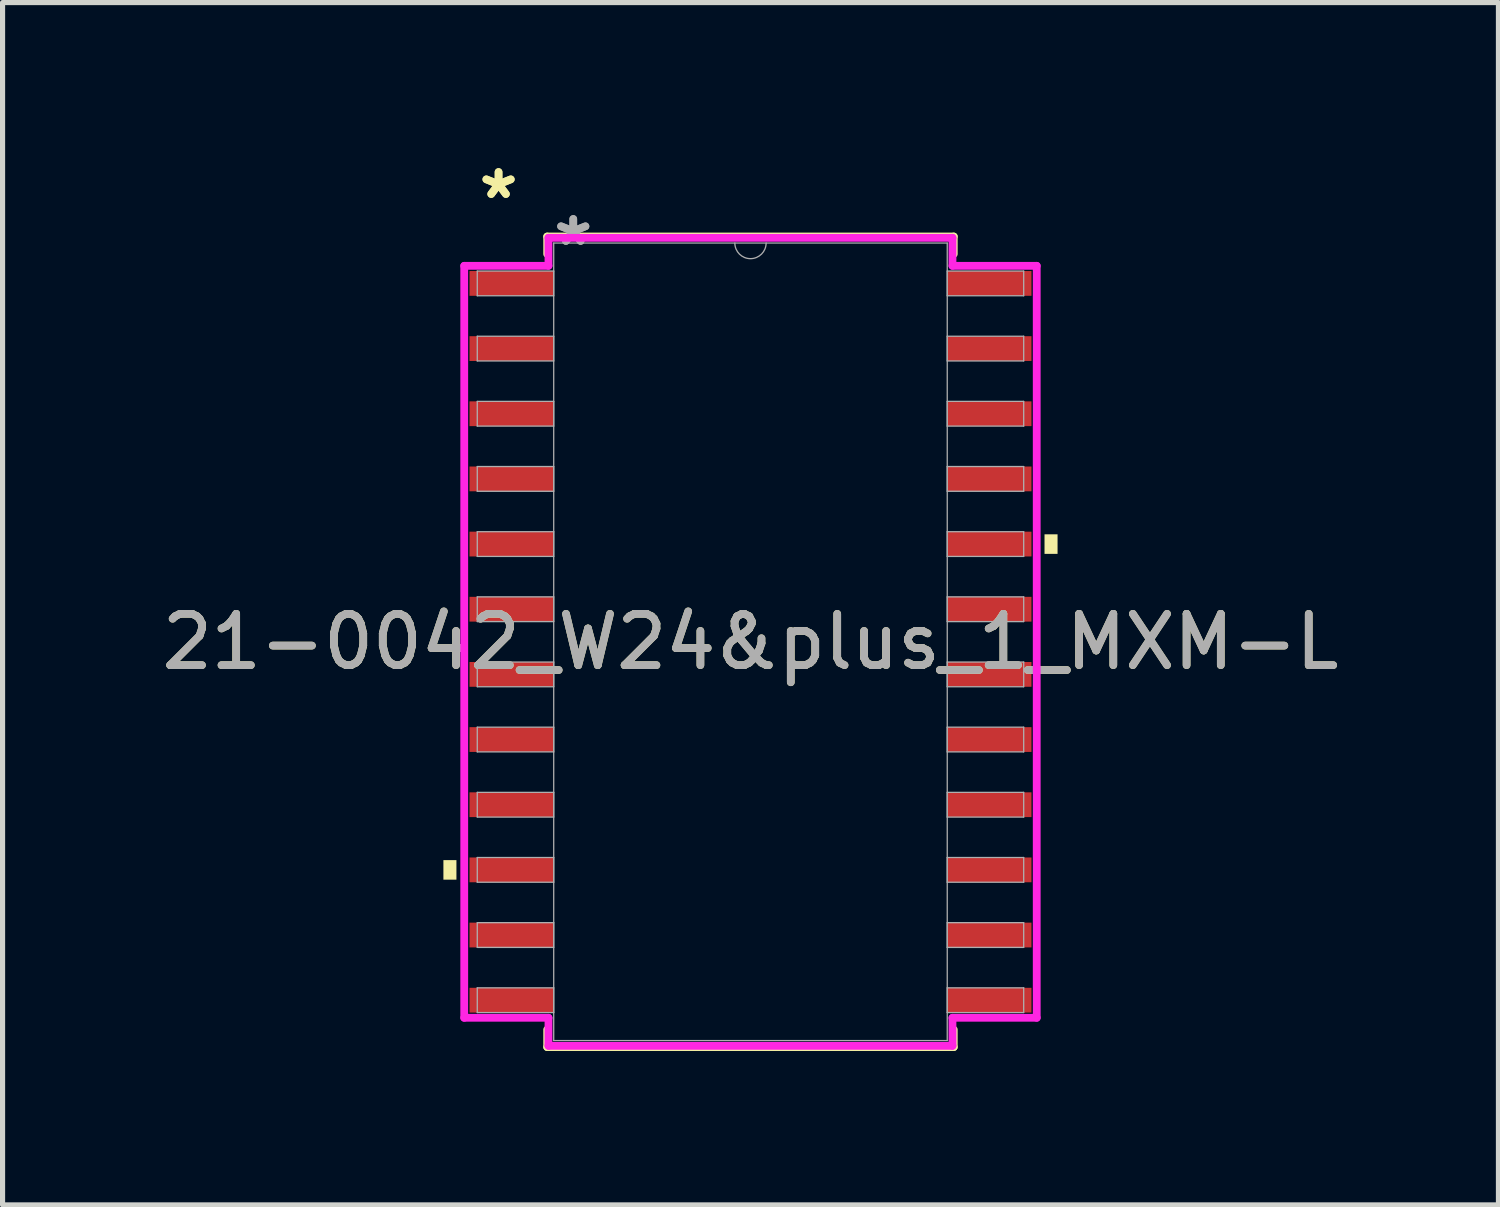
<source format=kicad_pcb>
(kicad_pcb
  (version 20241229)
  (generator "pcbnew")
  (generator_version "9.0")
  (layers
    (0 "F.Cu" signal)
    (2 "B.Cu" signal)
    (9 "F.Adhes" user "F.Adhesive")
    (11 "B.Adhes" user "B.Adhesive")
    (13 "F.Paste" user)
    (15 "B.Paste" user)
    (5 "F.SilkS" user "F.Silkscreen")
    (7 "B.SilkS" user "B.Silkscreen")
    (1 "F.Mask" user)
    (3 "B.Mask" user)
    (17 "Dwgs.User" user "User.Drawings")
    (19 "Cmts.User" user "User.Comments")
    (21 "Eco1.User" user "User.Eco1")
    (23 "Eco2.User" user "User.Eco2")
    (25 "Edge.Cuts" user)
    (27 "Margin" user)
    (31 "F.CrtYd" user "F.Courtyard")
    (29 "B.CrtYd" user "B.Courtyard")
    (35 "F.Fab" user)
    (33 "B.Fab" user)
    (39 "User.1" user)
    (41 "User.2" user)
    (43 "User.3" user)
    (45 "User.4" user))
  (footprint "21-0042_W24&plus_1_MXM-L"
    (layer "F.Cu")
    (at 11.577 9.459)
    (property "Reference" "21-0042_W24&plus_1_MXM-L" (at 0 0 0) (unlocked yes) (layer "F.SilkS") (effects (font (size 1 1) (thickness 0.15))))
    (attr smd)
    (fp_line (start -3.962 -7.899) (end -3.962 -7.559) (stroke (width 0.152) (type solid)) (layer "F.SilkS"))
    (fp_line (start -3.962 7.559) (end -3.962 7.899) (stroke (width 0.152) (type solid)) (layer "F.SilkS"))
    (fp_line (start -3.962 7.899) (end 3.962 7.899) (stroke (width 0.152) (type solid)) (layer "F.SilkS"))
    (fp_line (start 3.962 -7.899) (end -3.962 -7.899) (stroke (width 0.152) (type solid)) (layer "F.SilkS"))
    (fp_line (start 3.962 -7.559) (end 3.962 -7.899) (stroke (width 0.152) (type solid)) (layer "F.SilkS"))
    (fp_line (start 3.962 7.899) (end 3.962 7.559) (stroke (width 0.152) (type solid)) (layer "F.SilkS"))
    (fp_poly (pts (xy -5.985 4.255) (xy -5.985 4.636) (xy -5.731 4.636) (xy -5.731 4.255)) (stroke (width 0) (type solid)) (fill yes) (layer "F.SilkS"))
    (fp_poly (pts (xy 5.985 -2.095) (xy 5.985 -1.714) (xy 5.731 -1.714) (xy 5.731 -2.095)) (stroke (width 0) (type solid)) (fill yes) (layer "F.SilkS"))
    (fp_line (start -5.579 -7.328) (end -3.937 -7.328) (stroke (width 0.152) (type solid)) (layer "F.CrtYd"))
    (fp_line (start -5.579 7.328) (end -5.579 -7.328) (stroke (width 0.152) (type solid)) (layer "F.CrtYd"))
    (fp_line (start -5.579 7.328) (end -3.937 7.328) (stroke (width 0.152) (type solid)) (layer "F.CrtYd"))
    (fp_line (start -3.937 -7.874) (end 3.937 -7.874) (stroke (width 0.152) (type solid)) (layer "F.CrtYd"))
    (fp_line (start -3.937 -7.328) (end -3.937 -7.874) (stroke (width 0.152) (type solid)) (layer "F.CrtYd"))
    (fp_line (start -3.937 7.874) (end -3.937 7.328) (stroke (width 0.152) (type solid)) (layer "F.CrtYd"))
    (fp_line (start 3.937 -7.874) (end 3.937 -7.328) (stroke (width 0.152) (type solid)) (layer "F.CrtYd"))
    (fp_line (start 3.937 7.328) (end 3.937 7.874) (stroke (width 0.152) (type solid)) (layer "F.CrtYd"))
    (fp_line (start 3.937 7.874) (end -3.937 7.874) (stroke (width 0.152) (type solid)) (layer "F.CrtYd"))
    (fp_line (start 5.579 -7.328) (end 3.937 -7.328) (stroke (width 0.152) (type solid)) (layer "F.CrtYd"))
    (fp_line (start 5.579 -7.328) (end 5.579 7.328) (stroke (width 0.152) (type solid)) (layer "F.CrtYd"))
    (fp_line (start 5.579 7.328) (end 3.937 7.328) (stroke (width 0.152) (type solid)) (layer "F.CrtYd"))
    (fp_line (start -5.325 -7.226) (end -5.325 -6.744) (stroke (width 0.025) (type solid)) (layer "F.Fab"))
    (fp_line (start -5.325 -6.744) (end -3.835 -6.744) (stroke (width 0.025) (type solid)) (layer "F.Fab"))
    (fp_line (start -5.325 -5.956) (end -5.325 -5.474) (stroke (width 0.025) (type solid)) (layer "F.Fab"))
    (fp_line (start -5.325 -5.474) (end -3.835 -5.474) (stroke (width 0.025) (type solid)) (layer "F.Fab"))
    (fp_line (start -5.325 -4.686) (end -5.325 -4.204) (stroke (width 0.025) (type solid)) (layer "F.Fab"))
    (fp_line (start -5.325 -4.204) (end -3.835 -4.204) (stroke (width 0.025) (type solid)) (layer "F.Fab"))
    (fp_line (start -5.325 -3.416) (end -5.325 -2.934) (stroke (width 0.025) (type solid)) (layer "F.Fab"))
    (fp_line (start -5.325 -2.934) (end -3.835 -2.934) (stroke (width 0.025) (type solid)) (layer "F.Fab"))
    (fp_line (start -5.325 -2.146) (end -5.325 -1.664) (stroke (width 0.025) (type solid)) (layer "F.Fab"))
    (fp_line (start -5.325 -1.664) (end -3.835 -1.664) (stroke (width 0.025) (type solid)) (layer "F.Fab"))
    (fp_line (start -5.325 -0.876) (end -5.325 -0.394) (stroke (width 0.025) (type solid)) (layer "F.Fab"))
    (fp_line (start -5.325 -0.394) (end -3.835 -0.394) (stroke (width 0.025) (type solid)) (layer "F.Fab"))
    (fp_line (start -5.325 0.394) (end -5.325 0.876) (stroke (width 0.025) (type solid)) (layer "F.Fab"))
    (fp_line (start -5.325 0.876) (end -3.835 0.876) (stroke (width 0.025) (type solid)) (layer "F.Fab"))
    (fp_line (start -5.325 1.664) (end -5.325 2.146) (stroke (width 0.025) (type solid)) (layer "F.Fab"))
    (fp_line (start -5.325 2.146) (end -3.835 2.146) (stroke (width 0.025) (type solid)) (layer "F.Fab"))
    (fp_line (start -5.325 2.934) (end -5.325 3.416) (stroke (width 0.025) (type solid)) (layer "F.Fab"))
    (fp_line (start -5.325 3.416) (end -3.835 3.416) (stroke (width 0.025) (type solid)) (layer "F.Fab"))
    (fp_line (start -5.325 4.204) (end -5.325 4.686) (stroke (width 0.025) (type solid)) (layer "F.Fab"))
    (fp_line (start -5.325 4.686) (end -3.835 4.686) (stroke (width 0.025) (type solid)) (layer "F.Fab"))
    (fp_line (start -5.325 5.474) (end -5.325 5.956) (stroke (width 0.025) (type solid)) (layer "F.Fab"))
    (fp_line (start -5.325 5.956) (end -3.835 5.956) (stroke (width 0.025) (type solid)) (layer "F.Fab"))
    (fp_line (start -5.325 6.744) (end -5.325 7.226) (stroke (width 0.025) (type solid)) (layer "F.Fab"))
    (fp_line (start -5.325 7.226) (end -3.835 7.226) (stroke (width 0.025) (type solid)) (layer "F.Fab"))
    (fp_line (start -3.835 -7.772) (end -3.835 7.772) (stroke (width 0.025) (type solid)) (layer "F.Fab"))
    (fp_line (start -3.835 -7.226) (end -5.325 -7.226) (stroke (width 0.025) (type solid)) (layer "F.Fab"))
    (fp_line (start -3.835 -6.744) (end -3.835 -7.226) (stroke (width 0.025) (type solid)) (layer "F.Fab"))
    (fp_line (start -3.835 -5.956) (end -5.325 -5.956) (stroke (width 0.025) (type solid)) (layer "F.Fab"))
    (fp_line (start -3.835 -5.474) (end -3.835 -5.956) (stroke (width 0.025) (type solid)) (layer "F.Fab"))
    (fp_line (start -3.835 -4.686) (end -5.325 -4.686) (stroke (width 0.025) (type solid)) (layer "F.Fab"))
    (fp_line (start -3.835 -4.204) (end -3.835 -4.686) (stroke (width 0.025) (type solid)) (layer "F.Fab"))
    (fp_line (start -3.835 -3.416) (end -5.325 -3.416) (stroke (width 0.025) (type solid)) (layer "F.Fab"))
    (fp_line (start -3.835 -2.934) (end -3.835 -3.416) (stroke (width 0.025) (type solid)) (layer "F.Fab"))
    (fp_line (start -3.835 -2.146) (end -5.325 -2.146) (stroke (width 0.025) (type solid)) (layer "F.Fab"))
    (fp_line (start -3.835 -1.664) (end -3.835 -2.146) (stroke (width 0.025) (type solid)) (layer "F.Fab"))
    (fp_line (start -3.835 -0.876) (end -5.325 -0.876) (stroke (width 0.025) (type solid)) (layer "F.Fab"))
    (fp_line (start -3.835 -0.394) (end -3.835 -0.876) (stroke (width 0.025) (type solid)) (layer "F.Fab"))
    (fp_line (start -3.835 0.394) (end -5.325 0.394) (stroke (width 0.025) (type solid)) (layer "F.Fab"))
    (fp_line (start -3.835 0.876) (end -3.835 0.394) (stroke (width 0.025) (type solid)) (layer "F.Fab"))
    (fp_line (start -3.835 1.664) (end -5.325 1.664) (stroke (width 0.025) (type solid)) (layer "F.Fab"))
    (fp_line (start -3.835 2.146) (end -3.835 1.664) (stroke (width 0.025) (type solid)) (layer "F.Fab"))
    (fp_line (start -3.835 2.934) (end -5.325 2.934) (stroke (width 0.025) (type solid)) (layer "F.Fab"))
    (fp_line (start -3.835 3.416) (end -3.835 2.934) (stroke (width 0.025) (type solid)) (layer "F.Fab"))
    (fp_line (start -3.835 4.204) (end -5.325 4.204) (stroke (width 0.025) (type solid)) (layer "F.Fab"))
    (fp_line (start -3.835 4.686) (end -3.835 4.204) (stroke (width 0.025) (type solid)) (layer "F.Fab"))
    (fp_line (start -3.835 5.474) (end -5.325 5.474) (stroke (width 0.025) (type solid)) (layer "F.Fab"))
    (fp_line (start -3.835 5.956) (end -3.835 5.474) (stroke (width 0.025) (type solid)) (layer "F.Fab"))
    (fp_line (start -3.835 6.744) (end -5.325 6.744) (stroke (width 0.025) (type solid)) (layer "F.Fab"))
    (fp_line (start -3.835 7.226) (end -3.835 6.744) (stroke (width 0.025) (type solid)) (layer "F.Fab"))
    (fp_line (start -3.835 7.772) (end 3.835 7.772) (stroke (width 0.025) (type solid)) (layer "F.Fab"))
    (fp_line (start 3.835 -7.772) (end -3.835 -7.772) (stroke (width 0.025) (type solid)) (layer "F.Fab"))
    (fp_line (start 3.835 -7.226) (end 3.835 -6.744) (stroke (width 0.025) (type solid)) (layer "F.Fab"))
    (fp_line (start 3.835 -6.744) (end 5.325 -6.744) (stroke (width 0.025) (type solid)) (layer "F.Fab"))
    (fp_line (start 3.835 -5.956) (end 3.835 -5.474) (stroke (width 0.025) (type solid)) (layer "F.Fab"))
    (fp_line (start 3.835 -5.474) (end 5.325 -5.474) (stroke (width 0.025) (type solid)) (layer "F.Fab"))
    (fp_line (start 3.835 -4.686) (end 3.835 -4.204) (stroke (width 0.025) (type solid)) (layer "F.Fab"))
    (fp_line (start 3.835 -4.204) (end 5.325 -4.204) (stroke (width 0.025) (type solid)) (layer "F.Fab"))
    (fp_line (start 3.835 -3.416) (end 3.835 -2.934) (stroke (width 0.025) (type solid)) (layer "F.Fab"))
    (fp_line (start 3.835 -2.934) (end 5.325 -2.934) (stroke (width 0.025) (type solid)) (layer "F.Fab"))
    (fp_line (start 3.835 -2.146) (end 3.835 -1.664) (stroke (width 0.025) (type solid)) (layer "F.Fab"))
    (fp_line (start 3.835 -1.664) (end 5.325 -1.664) (stroke (width 0.025) (type solid)) (layer "F.Fab"))
    (fp_line (start 3.835 -0.876) (end 3.835 -0.394) (stroke (width 0.025) (type solid)) (layer "F.Fab"))
    (fp_line (start 3.835 -0.394) (end 5.325 -0.394) (stroke (width 0.025) (type solid)) (layer "F.Fab"))
    (fp_line (start 3.835 0.394) (end 3.835 0.876) (stroke (width 0.025) (type solid)) (layer "F.Fab"))
    (fp_line (start 3.835 0.876) (end 5.325 0.876) (stroke (width 0.025) (type solid)) (layer "F.Fab"))
    (fp_line (start 3.835 1.664) (end 3.835 2.146) (stroke (width 0.025) (type solid)) (layer "F.Fab"))
    (fp_line (start 3.835 2.146) (end 5.325 2.146) (stroke (width 0.025) (type solid)) (layer "F.Fab"))
    (fp_line (start 3.835 2.934) (end 3.835 3.416) (stroke (width 0.025) (type solid)) (layer "F.Fab"))
    (fp_line (start 3.835 3.416) (end 5.325 3.416) (stroke (width 0.025) (type solid)) (layer "F.Fab"))
    (fp_line (start 3.835 4.204) (end 3.835 4.686) (stroke (width 0.025) (type solid)) (layer "F.Fab"))
    (fp_line (start 3.835 4.686) (end 5.325 4.686) (stroke (width 0.025) (type solid)) (layer "F.Fab"))
    (fp_line (start 3.835 5.474) (end 3.835 5.956) (stroke (width 0.025) (type solid)) (layer "F.Fab"))
    (fp_line (start 3.835 5.956) (end 5.325 5.956) (stroke (width 0.025) (type solid)) (layer "F.Fab"))
    (fp_line (start 3.835 6.744) (end 3.835 7.226) (stroke (width 0.025) (type solid)) (layer "F.Fab"))
    (fp_line (start 3.835 7.226) (end 5.325 7.226) (stroke (width 0.025) (type solid)) (layer "F.Fab"))
    (fp_line (start 3.835 7.772) (end 3.835 -7.772) (stroke (width 0.025) (type solid)) (layer "F.Fab"))
    (fp_line (start 5.325 -7.226) (end 3.835 -7.226) (stroke (width 0.025) (type solid)) (layer "F.Fab"))
    (fp_line (start 5.325 -6.744) (end 5.325 -7.226) (stroke (width 0.025) (type solid)) (layer "F.Fab"))
    (fp_line (start 5.325 -5.956) (end 3.835 -5.956) (stroke (width 0.025) (type solid)) (layer "F.Fab"))
    (fp_line (start 5.325 -5.474) (end 5.325 -5.956) (stroke (width 0.025) (type solid)) (layer "F.Fab"))
    (fp_line (start 5.325 -4.686) (end 3.835 -4.686) (stroke (width 0.025) (type solid)) (layer "F.Fab"))
    (fp_line (start 5.325 -4.204) (end 5.325 -4.686) (stroke (width 0.025) (type solid)) (layer "F.Fab"))
    (fp_line (start 5.325 -3.416) (end 3.835 -3.416) (stroke (width 0.025) (type solid)) (layer "F.Fab"))
    (fp_line (start 5.325 -2.934) (end 5.325 -3.416) (stroke (width 0.025) (type solid)) (layer "F.Fab"))
    (fp_line (start 5.325 -2.146) (end 3.835 -2.146) (stroke (width 0.025) (type solid)) (layer "F.Fab"))
    (fp_line (start 5.325 -1.664) (end 5.325 -2.146) (stroke (width 0.025) (type solid)) (layer "F.Fab"))
    (fp_line (start 5.325 -0.876) (end 3.835 -0.876) (stroke (width 0.025) (type solid)) (layer "F.Fab"))
    (fp_line (start 5.325 -0.394) (end 5.325 -0.876) (stroke (width 0.025) (type solid)) (layer "F.Fab"))
    (fp_line (start 5.325 0.394) (end 3.835 0.394) (stroke (width 0.025) (type solid)) (layer "F.Fab"))
    (fp_line (start 5.325 0.876) (end 5.325 0.394) (stroke (width 0.025) (type solid)) (layer "F.Fab"))
    (fp_line (start 5.325 1.664) (end 3.835 1.664) (stroke (width 0.025) (type solid)) (layer "F.Fab"))
    (fp_line (start 5.325 2.146) (end 5.325 1.664) (stroke (width 0.025) (type solid)) (layer "F.Fab"))
    (fp_line (start 5.325 2.934) (end 3.835 2.934) (stroke (width 0.025) (type solid)) (layer "F.Fab"))
    (fp_line (start 5.325 3.416) (end 5.325 2.934) (stroke (width 0.025) (type solid)) (layer "F.Fab"))
    (fp_line (start 5.325 4.204) (end 3.835 4.204) (stroke (width 0.025) (type solid)) (layer "F.Fab"))
    (fp_line (start 5.325 4.686) (end 5.325 4.204) (stroke (width 0.025) (type solid)) (layer "F.Fab"))
    (fp_line (start 5.325 5.474) (end 3.835 5.474) (stroke (width 0.025) (type solid)) (layer "F.Fab"))
    (fp_line (start 5.325 5.956) (end 5.325 5.474) (stroke (width 0.025) (type solid)) (layer "F.Fab"))
    (fp_line (start 5.325 6.744) (end 3.835 6.744) (stroke (width 0.025) (type solid)) (layer "F.Fab"))
    (fp_line (start 5.325 7.226) (end 5.325 6.744) (stroke (width 0.025) (type solid)) (layer "F.Fab"))
    (fp_arc (start 0.3048 -7.7724) (mid 0 -7.4676) (end -0.3048 -7.7724) (stroke (width 0.0254) (type solid)) (layer "F.Fab"))
    (fp_text user "*" (at -4.91 -8.611 0) (unlocked yes) (layer "F.SilkS") (effects (font (size 1 1) (thickness 0.15))))
    (fp_text user "*" (at -4.91 -8.611 0) (layer "F.SilkS") (effects (font (size 1 1) (thickness 0.15))))
    (fp_text user "${REFERENCE}" (at 0 0 0) (unlocked yes) (layer "F.Fab") (effects (font (size 1 1) (thickness 0.15))))
    (fp_text user "*" (at -3.454 -7.696 0) (layer "F.Fab") (effects (font (size 1 1) (thickness 0.15))))
    (fp_text user "*" (at -3.454 -7.696 0) (unlocked yes) (layer "F.Fab") (effects (font (size 1 1) (thickness 0.15))))
    (pad "1" smd rect (at -4.656 -6.985) (size 1.642 0.483) (layers "F.Cu" "F.Mask" "F.Paste"))
    (pad "2" smd rect (at -4.656 -5.715) (size 1.642 0.483) (layers "F.Cu" "F.Mask" "F.Paste"))
    (pad "3" smd rect (at -4.656 -4.445) (size 1.642 0.483) (layers "F.Cu" "F.Mask" "F.Paste"))
    (pad "4" smd rect (at -4.656 -3.175) (size 1.642 0.483) (layers "F.Cu" "F.Mask" "F.Paste"))
    (pad "5" smd rect (at -4.656 -1.905) (size 1.642 0.483) (layers "F.Cu" "F.Mask" "F.Paste"))
    (pad "6" smd rect (at -4.656 -0.635) (size 1.642 0.483) (layers "F.Cu" "F.Mask" "F.Paste"))
    (pad "7" smd rect (at -4.656 0.635) (size 1.642 0.483) (layers "F.Cu" "F.Mask" "F.Paste"))
    (pad "8" smd rect (at -4.656 1.905) (size 1.642 0.483) (layers "F.Cu" "F.Mask" "F.Paste"))
    (pad "9" smd rect (at -4.656 3.175) (size 1.642 0.483) (layers "F.Cu" "F.Mask" "F.Paste"))
    (pad "10" smd rect (at -4.656 4.445) (size 1.642 0.483) (layers "F.Cu" "F.Mask" "F.Paste"))
    (pad "11" smd rect (at -4.656 5.715) (size 1.642 0.483) (layers "F.Cu" "F.Mask" "F.Paste"))
    (pad "12" smd rect (at -4.656 6.985) (size 1.642 0.483) (layers "F.Cu" "F.Mask" "F.Paste"))
    (pad "13" smd rect (at 4.656 6.985) (size 1.642 0.483) (layers "F.Cu" "F.Mask" "F.Paste"))
    (pad "14" smd rect (at 4.656 5.715) (size 1.642 0.483) (layers "F.Cu" "F.Mask" "F.Paste"))
    (pad "15" smd rect (at 4.656 4.445) (size 1.642 0.483) (layers "F.Cu" "F.Mask" "F.Paste"))
    (pad "16" smd rect (at 4.656 3.175) (size 1.642 0.483) (layers "F.Cu" "F.Mask" "F.Paste"))
    (pad "17" smd rect (at 4.656 1.905) (size 1.642 0.483) (layers "F.Cu" "F.Mask" "F.Paste"))
    (pad "18" smd rect (at 4.656 0.635) (size 1.642 0.483) (layers "F.Cu" "F.Mask" "F.Paste"))
    (pad "19" smd rect (at 4.656 -0.635) (size 1.642 0.483) (layers "F.Cu" "F.Mask" "F.Paste"))
    (pad "20" smd rect (at 4.656 -1.905) (size 1.642 0.483) (layers "F.Cu" "F.Mask" "F.Paste"))
    (pad "21" smd rect (at 4.656 -3.175) (size 1.642 0.483) (layers "F.Cu" "F.Mask" "F.Paste"))
    (pad "22" smd rect (at 4.656 -4.445) (size 1.642 0.483) (layers "F.Cu" "F.Mask" "F.Paste"))
    (pad "23" smd rect (at 4.656 -5.715) (size 1.642 0.483) (layers "F.Cu" "F.Mask" "F.Paste"))
    (pad "24" smd rect (at 4.656 -6.985) (size 1.642 0.483) (layers "F.Cu" "F.Mask" "F.Paste")))
  (gr_rect
    (start -3 -3)
    (end 26.155 20.434)
    (stroke (width 0.1) (type default))
    (fill no)
    (layer "Edge.Cuts")))
</source>
